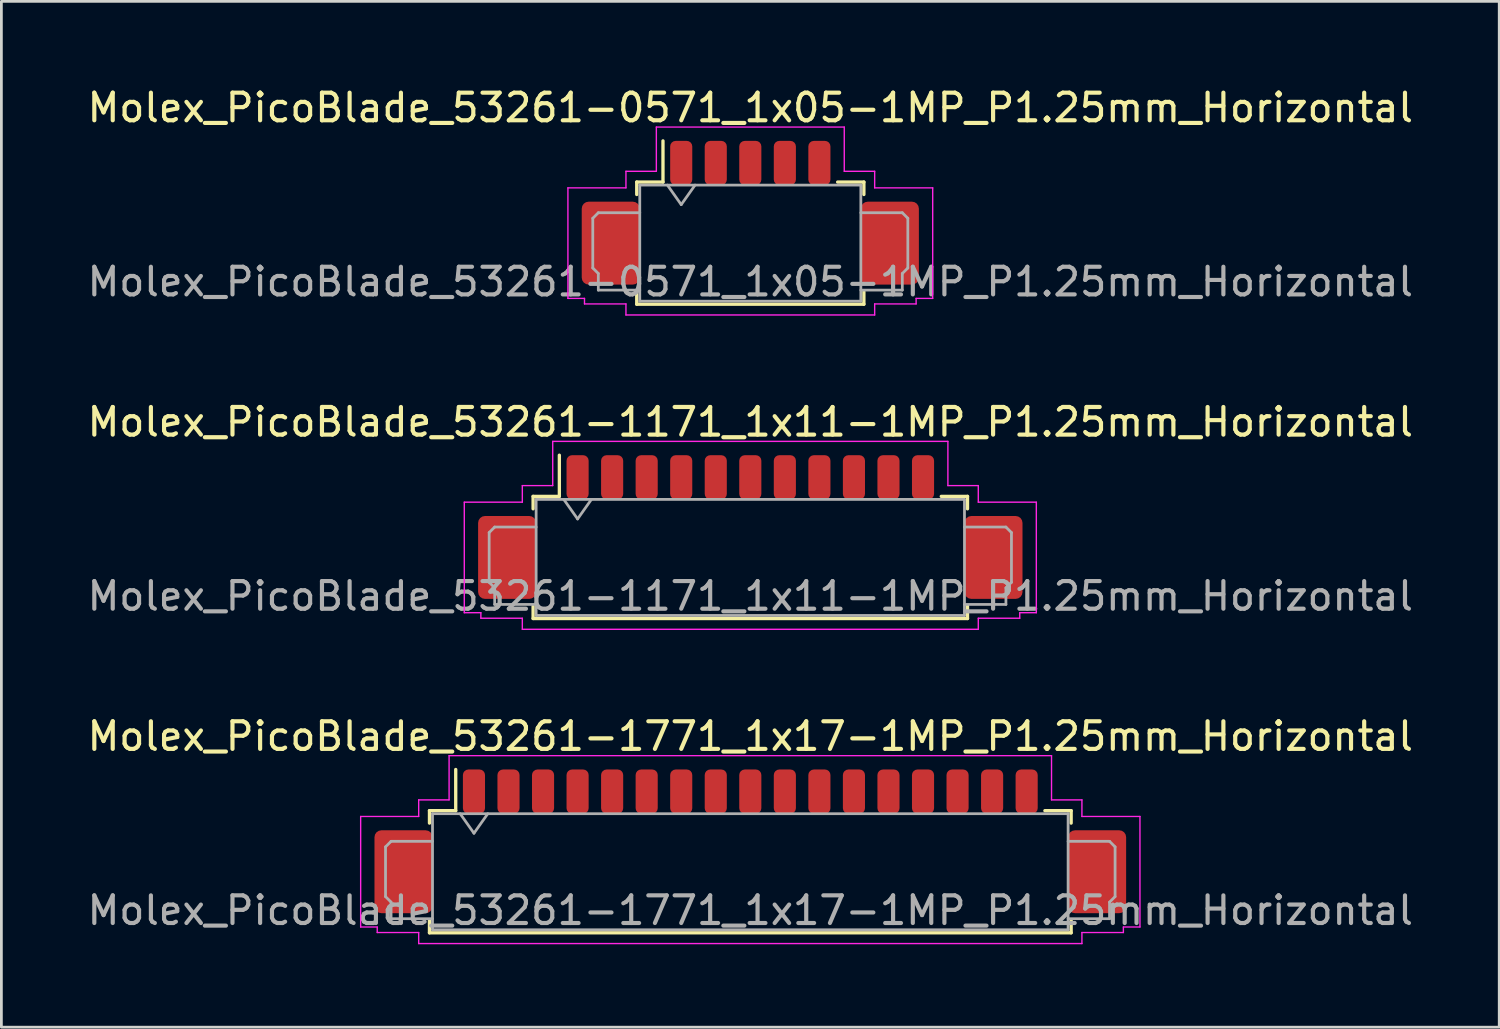
<source format=kicad_pcb>
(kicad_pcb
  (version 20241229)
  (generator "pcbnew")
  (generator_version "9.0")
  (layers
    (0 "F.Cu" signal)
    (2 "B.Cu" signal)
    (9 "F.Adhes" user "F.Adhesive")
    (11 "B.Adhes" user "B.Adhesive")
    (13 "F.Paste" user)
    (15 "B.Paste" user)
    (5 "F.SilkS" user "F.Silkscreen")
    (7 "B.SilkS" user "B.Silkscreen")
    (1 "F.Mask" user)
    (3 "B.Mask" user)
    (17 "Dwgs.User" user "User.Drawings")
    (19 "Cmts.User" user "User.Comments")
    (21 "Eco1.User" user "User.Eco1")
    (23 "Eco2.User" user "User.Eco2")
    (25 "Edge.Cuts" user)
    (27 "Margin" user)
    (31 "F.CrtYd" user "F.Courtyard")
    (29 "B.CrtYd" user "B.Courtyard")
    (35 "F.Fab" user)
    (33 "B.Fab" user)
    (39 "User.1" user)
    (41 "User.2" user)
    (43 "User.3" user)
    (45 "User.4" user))
  (footprint "Molex_PicoBlade_53261-1171_1x11-1MP_P1.25mm_Horizontal"
    (layer "F.Cu")
    (at 24.101 16.622)
    (property "Reference" "Molex_PicoBlade_53261-1171_1x11-1MP_P1.25mm_Horizontal" (at 0 -4.4 0) (layer "F.SilkS") (effects (font (size 1 1) (thickness 0.15))))
    (attr smd)
    (fp_line (start -7.86 -1.71) (end -6.91 -1.71) (stroke (width 0.12) (type solid)) (layer "F.SilkS"))
    (fp_line (start -7.86 -1.26) (end -7.86 -1.71) (stroke (width 0.12) (type solid)) (layer "F.SilkS"))
    (fp_line (start -7.86 2.26) (end -7.86 2.71) (stroke (width 0.12) (type solid)) (layer "F.SilkS"))
    (fp_line (start -7.86 2.71) (end 7.86 2.71) (stroke (width 0.12) (type solid)) (layer "F.SilkS"))
    (fp_line (start -6.91 -1.71) (end -6.91 -3.2) (stroke (width 0.12) (type solid)) (layer "F.SilkS"))
    (fp_line (start 7.86 -1.71) (end 6.91 -1.71) (stroke (width 0.12) (type solid)) (layer "F.SilkS"))
    (fp_line (start 7.86 -1.26) (end 7.86 -1.71) (stroke (width 0.12) (type solid)) (layer "F.SilkS"))
    (fp_line (start 7.86 2.71) (end 7.86 2.26) (stroke (width 0.12) (type solid)) (layer "F.SilkS"))
    (fp_line (start -10.35 -1.5) (end -8.25 -1.5) (stroke (width 0.05) (type solid)) (layer "F.CrtYd"))
    (fp_line (start -10.35 2.5) (end -10.35 -1.5) (stroke (width 0.05) (type solid)) (layer "F.CrtYd"))
    (fp_line (start -9.75 2.5) (end -10.35 2.5) (stroke (width 0.05) (type solid)) (layer "F.CrtYd"))
    (fp_line (start -9.75 2.7) (end -9.75 2.5) (stroke (width 0.05) (type solid)) (layer "F.CrtYd"))
    (fp_line (start -8.25 -2.1) (end -7.15 -2.1) (stroke (width 0.05) (type solid)) (layer "F.CrtYd"))
    (fp_line (start -8.25 -1.5) (end -8.25 -2.1) (stroke (width 0.05) (type solid)) (layer "F.CrtYd"))
    (fp_line (start -8.25 2.7) (end -9.75 2.7) (stroke (width 0.05) (type solid)) (layer "F.CrtYd"))
    (fp_line (start -8.25 3.1) (end -8.25 2.7) (stroke (width 0.05) (type solid)) (layer "F.CrtYd"))
    (fp_line (start -7.15 -3.7) (end 7.15 -3.7) (stroke (width 0.05) (type solid)) (layer "F.CrtYd"))
    (fp_line (start -7.15 -2.1) (end -7.15 -3.7) (stroke (width 0.05) (type solid)) (layer "F.CrtYd"))
    (fp_line (start 7.15 -3.7) (end 7.15 -2.1) (stroke (width 0.05) (type solid)) (layer "F.CrtYd"))
    (fp_line (start 7.15 -2.1) (end 8.25 -2.1) (stroke (width 0.05) (type solid)) (layer "F.CrtYd"))
    (fp_line (start 8.25 -2.1) (end 8.25 -1.5) (stroke (width 0.05) (type solid)) (layer "F.CrtYd"))
    (fp_line (start 8.25 -1.5) (end 10.35 -1.5) (stroke (width 0.05) (type solid)) (layer "F.CrtYd"))
    (fp_line (start 8.25 2.7) (end 8.25 3.1) (stroke (width 0.05) (type solid)) (layer "F.CrtYd"))
    (fp_line (start 8.25 3.1) (end -8.25 3.1) (stroke (width 0.05) (type solid)) (layer "F.CrtYd"))
    (fp_line (start 9.75 2.5) (end 9.75 2.7) (stroke (width 0.05) (type solid)) (layer "F.CrtYd"))
    (fp_line (start 9.75 2.7) (end 8.25 2.7) (stroke (width 0.05) (type solid)) (layer "F.CrtYd"))
    (fp_line (start 10.35 -1.5) (end 10.35 2.5) (stroke (width 0.05) (type solid)) (layer "F.CrtYd"))
    (fp_line (start 10.35 2.5) (end 9.75 2.5) (stroke (width 0.05) (type solid)) (layer "F.CrtYd"))
    (fp_line (start -9.45 -0.4) (end -9.45 1.4) (stroke (width 0.1) (type solid)) (layer "F.Fab"))
    (fp_line (start -9.45 1.4) (end -9.25 1.6) (stroke (width 0.1) (type solid)) (layer "F.Fab"))
    (fp_line (start -9.25 -0.6) (end -9.45 -0.4) (stroke (width 0.1) (type solid)) (layer "F.Fab"))
    (fp_line (start -9.25 1.6) (end -9.25 2.2) (stroke (width 0.1) (type solid)) (layer "F.Fab"))
    (fp_line (start -9.25 2.2) (end -7.75 2.2) (stroke (width 0.1) (type solid)) (layer "F.Fab"))
    (fp_line (start -7.75 -1.6) (end -7.75 2.6) (stroke (width 0.1) (type solid)) (layer "F.Fab"))
    (fp_line (start -7.75 -1.6) (end 7.75 -1.6) (stroke (width 0.1) (type solid)) (layer "F.Fab"))
    (fp_line (start -7.75 -0.6) (end -9.25 -0.6) (stroke (width 0.1) (type solid)) (layer "F.Fab"))
    (fp_line (start -7.75 2.6) (end 7.75 2.6) (stroke (width 0.1) (type solid)) (layer "F.Fab"))
    (fp_line (start -6.75 -1.6) (end -6.25 -0.893) (stroke (width 0.1) (type solid)) (layer "F.Fab"))
    (fp_line (start -6.25 -0.893) (end -5.75 -1.6) (stroke (width 0.1) (type solid)) (layer "F.Fab"))
    (fp_line (start 7.75 -1.6) (end 7.75 2.6) (stroke (width 0.1) (type solid)) (layer "F.Fab"))
    (fp_line (start 7.75 -0.6) (end 9.25 -0.6) (stroke (width 0.1) (type solid)) (layer "F.Fab"))
    (fp_line (start 9.25 -0.6) (end 9.45 -0.4) (stroke (width 0.1) (type solid)) (layer "F.Fab"))
    (fp_line (start 9.25 1.6) (end 9.25 2.2) (stroke (width 0.1) (type solid)) (layer "F.Fab"))
    (fp_line (start 9.25 2.2) (end 7.75 2.2) (stroke (width 0.1) (type solid)) (layer "F.Fab"))
    (fp_line (start 9.45 -0.4) (end 9.45 1.4) (stroke (width 0.1) (type solid)) (layer "F.Fab"))
    (fp_line (start 9.45 1.4) (end 9.25 1.6) (stroke (width 0.1) (type solid)) (layer "F.Fab"))
    (fp_text user "${REFERENCE}" (at 0 1.9 0) (layer "F.Fab") (effects (font (size 1 1) (thickness 0.15))))
    (pad "1" smd roundrect (at -6.25 -2.4) (size 0.8 1.6) (layers "F.Cu" "F.Mask" "F.Paste") (roundrect_rratio 0.25))
    (pad "2" smd roundrect (at -5 -2.4) (size 0.8 1.6) (layers "F.Cu" "F.Mask" "F.Paste") (roundrect_rratio 0.25))
    (pad "3" smd roundrect (at -3.75 -2.4) (size 0.8 1.6) (layers "F.Cu" "F.Mask" "F.Paste") (roundrect_rratio 0.25))
    (pad "4" smd roundrect (at -2.5 -2.4) (size 0.8 1.6) (layers "F.Cu" "F.Mask" "F.Paste") (roundrect_rratio 0.25))
    (pad "5" smd roundrect (at -1.25 -2.4) (size 0.8 1.6) (layers "F.Cu" "F.Mask" "F.Paste") (roundrect_rratio 0.25))
    (pad "6" smd roundrect (at 0 -2.4) (size 0.8 1.6) (layers "F.Cu" "F.Mask" "F.Paste") (roundrect_rratio 0.25))
    (pad "7" smd roundrect (at 1.25 -2.4) (size 0.8 1.6) (layers "F.Cu" "F.Mask" "F.Paste") (roundrect_rratio 0.25))
    (pad "8" smd roundrect (at 2.5 -2.4) (size 0.8 1.6) (layers "F.Cu" "F.Mask" "F.Paste") (roundrect_rratio 0.25))
    (pad "9" smd roundrect (at 3.75 -2.4) (size 0.8 1.6) (layers "F.Cu" "F.Mask" "F.Paste") (roundrect_rratio 0.25))
    (pad "10" smd roundrect (at 5 -2.4) (size 0.8 1.6) (layers "F.Cu" "F.Mask" "F.Paste") (roundrect_rratio 0.25))
    (pad "11" smd roundrect (at 6.25 -2.4) (size 0.8 1.6) (layers "F.Cu" "F.Mask" "F.Paste") (roundrect_rratio 0.25))
    (pad "MP" smd roundrect (at -8.8 0.5) (size 2.1 3) (layers "F.Cu" "F.Mask" "F.Paste") (roundrect_rratio 0.119))
    (pad "MP" smd roundrect (at 8.8 0.5) (size 2.1 3) (layers "F.Cu" "F.Mask" "F.Paste") (roundrect_rratio 0.119)))
  (footprint "Molex_PicoBlade_53261-1771_1x17-1MP_P1.25mm_Horizontal"
    (layer "F.Cu")
    (at 24.101 27.995)
    (property "Reference" "Molex_PicoBlade_53261-1771_1x17-1MP_P1.25mm_Horizontal" (at 0 -4.4 0) (layer "F.SilkS") (effects (font (size 1 1) (thickness 0.15))))
    (attr smd)
    (fp_line (start -11.61 -1.71) (end -10.66 -1.71) (stroke (width 0.12) (type solid)) (layer "F.SilkS"))
    (fp_line (start -11.61 -1.26) (end -11.61 -1.71) (stroke (width 0.12) (type solid)) (layer "F.SilkS"))
    (fp_line (start -11.61 2.26) (end -11.61 2.71) (stroke (width 0.12) (type solid)) (layer "F.SilkS"))
    (fp_line (start -11.61 2.71) (end 11.61 2.71) (stroke (width 0.12) (type solid)) (layer "F.SilkS"))
    (fp_line (start -10.66 -1.71) (end -10.66 -3.2) (stroke (width 0.12) (type solid)) (layer "F.SilkS"))
    (fp_line (start 11.61 -1.71) (end 10.66 -1.71) (stroke (width 0.12) (type solid)) (layer "F.SilkS"))
    (fp_line (start 11.61 -1.26) (end 11.61 -1.71) (stroke (width 0.12) (type solid)) (layer "F.SilkS"))
    (fp_line (start 11.61 2.71) (end 11.61 2.26) (stroke (width 0.12) (type solid)) (layer "F.SilkS"))
    (fp_line (start -14.1 -1.5) (end -12 -1.5) (stroke (width 0.05) (type solid)) (layer "F.CrtYd"))
    (fp_line (start -14.1 2.5) (end -14.1 -1.5) (stroke (width 0.05) (type solid)) (layer "F.CrtYd"))
    (fp_line (start -13.5 2.5) (end -14.1 2.5) (stroke (width 0.05) (type solid)) (layer "F.CrtYd"))
    (fp_line (start -13.5 2.7) (end -13.5 2.5) (stroke (width 0.05) (type solid)) (layer "F.CrtYd"))
    (fp_line (start -12 -2.1) (end -10.9 -2.1) (stroke (width 0.05) (type solid)) (layer "F.CrtYd"))
    (fp_line (start -12 -1.5) (end -12 -2.1) (stroke (width 0.05) (type solid)) (layer "F.CrtYd"))
    (fp_line (start -12 2.7) (end -13.5 2.7) (stroke (width 0.05) (type solid)) (layer "F.CrtYd"))
    (fp_line (start -12 3.1) (end -12 2.7) (stroke (width 0.05) (type solid)) (layer "F.CrtYd"))
    (fp_line (start -10.9 -3.7) (end 10.9 -3.7) (stroke (width 0.05) (type solid)) (layer "F.CrtYd"))
    (fp_line (start -10.9 -2.1) (end -10.9 -3.7) (stroke (width 0.05) (type solid)) (layer "F.CrtYd"))
    (fp_line (start 10.9 -3.7) (end 10.9 -2.1) (stroke (width 0.05) (type solid)) (layer "F.CrtYd"))
    (fp_line (start 10.9 -2.1) (end 12 -2.1) (stroke (width 0.05) (type solid)) (layer "F.CrtYd"))
    (fp_line (start 12 -2.1) (end 12 -1.5) (stroke (width 0.05) (type solid)) (layer "F.CrtYd"))
    (fp_line (start 12 -1.5) (end 14.1 -1.5) (stroke (width 0.05) (type solid)) (layer "F.CrtYd"))
    (fp_line (start 12 2.7) (end 12 3.1) (stroke (width 0.05) (type solid)) (layer "F.CrtYd"))
    (fp_line (start 12 3.1) (end -12 3.1) (stroke (width 0.05) (type solid)) (layer "F.CrtYd"))
    (fp_line (start 13.5 2.5) (end 13.5 2.7) (stroke (width 0.05) (type solid)) (layer "F.CrtYd"))
    (fp_line (start 13.5 2.7) (end 12 2.7) (stroke (width 0.05) (type solid)) (layer "F.CrtYd"))
    (fp_line (start 14.1 -1.5) (end 14.1 2.5) (stroke (width 0.05) (type solid)) (layer "F.CrtYd"))
    (fp_line (start 14.1 2.5) (end 13.5 2.5) (stroke (width 0.05) (type solid)) (layer "F.CrtYd"))
    (fp_line (start -13.2 -0.4) (end -13.2 1.4) (stroke (width 0.1) (type solid)) (layer "F.Fab"))
    (fp_line (start -13.2 1.4) (end -13 1.6) (stroke (width 0.1) (type solid)) (layer "F.Fab"))
    (fp_line (start -13 -0.6) (end -13.2 -0.4) (stroke (width 0.1) (type solid)) (layer "F.Fab"))
    (fp_line (start -13 1.6) (end -13 2.2) (stroke (width 0.1) (type solid)) (layer "F.Fab"))
    (fp_line (start -13 2.2) (end -11.5 2.2) (stroke (width 0.1) (type solid)) (layer "F.Fab"))
    (fp_line (start -11.5 -1.6) (end -11.5 2.6) (stroke (width 0.1) (type solid)) (layer "F.Fab"))
    (fp_line (start -11.5 -1.6) (end 11.5 -1.6) (stroke (width 0.1) (type solid)) (layer "F.Fab"))
    (fp_line (start -11.5 -0.6) (end -13 -0.6) (stroke (width 0.1) (type solid)) (layer "F.Fab"))
    (fp_line (start -11.5 2.6) (end 11.5 2.6) (stroke (width 0.1) (type solid)) (layer "F.Fab"))
    (fp_line (start -10.5 -1.6) (end -10 -0.893) (stroke (width 0.1) (type solid)) (layer "F.Fab"))
    (fp_line (start -10 -0.893) (end -9.5 -1.6) (stroke (width 0.1) (type solid)) (layer "F.Fab"))
    (fp_line (start 11.5 -1.6) (end 11.5 2.6) (stroke (width 0.1) (type solid)) (layer "F.Fab"))
    (fp_line (start 11.5 -0.6) (end 13 -0.6) (stroke (width 0.1) (type solid)) (layer "F.Fab"))
    (fp_line (start 13 -0.6) (end 13.2 -0.4) (stroke (width 0.1) (type solid)) (layer "F.Fab"))
    (fp_line (start 13 1.6) (end 13 2.2) (stroke (width 0.1) (type solid)) (layer "F.Fab"))
    (fp_line (start 13 2.2) (end 11.5 2.2) (stroke (width 0.1) (type solid)) (layer "F.Fab"))
    (fp_line (start 13.2 -0.4) (end 13.2 1.4) (stroke (width 0.1) (type solid)) (layer "F.Fab"))
    (fp_line (start 13.2 1.4) (end 13 1.6) (stroke (width 0.1) (type solid)) (layer "F.Fab"))
    (fp_text user "${REFERENCE}" (at 0 1.9 0) (layer "F.Fab") (effects (font (size 1 1) (thickness 0.15))))
    (pad "1" smd roundrect (at -10 -2.4) (size 0.8 1.6) (layers "F.Cu" "F.Mask" "F.Paste") (roundrect_rratio 0.25))
    (pad "2" smd roundrect (at -8.75 -2.4) (size 0.8 1.6) (layers "F.Cu" "F.Mask" "F.Paste") (roundrect_rratio 0.25))
    (pad "3" smd roundrect (at -7.5 -2.4) (size 0.8 1.6) (layers "F.Cu" "F.Mask" "F.Paste") (roundrect_rratio 0.25))
    (pad "4" smd roundrect (at -6.25 -2.4) (size 0.8 1.6) (layers "F.Cu" "F.Mask" "F.Paste") (roundrect_rratio 0.25))
    (pad "5" smd roundrect (at -5 -2.4) (size 0.8 1.6) (layers "F.Cu" "F.Mask" "F.Paste") (roundrect_rratio 0.25))
    (pad "6" smd roundrect (at -3.75 -2.4) (size 0.8 1.6) (layers "F.Cu" "F.Mask" "F.Paste") (roundrect_rratio 0.25))
    (pad "7" smd roundrect (at -2.5 -2.4) (size 0.8 1.6) (layers "F.Cu" "F.Mask" "F.Paste") (roundrect_rratio 0.25))
    (pad "8" smd roundrect (at -1.25 -2.4) (size 0.8 1.6) (layers "F.Cu" "F.Mask" "F.Paste") (roundrect_rratio 0.25))
    (pad "9" smd roundrect (at 0 -2.4) (size 0.8 1.6) (layers "F.Cu" "F.Mask" "F.Paste") (roundrect_rratio 0.25))
    (pad "10" smd roundrect (at 1.25 -2.4) (size 0.8 1.6) (layers "F.Cu" "F.Mask" "F.Paste") (roundrect_rratio 0.25))
    (pad "11" smd roundrect (at 2.5 -2.4) (size 0.8 1.6) (layers "F.Cu" "F.Mask" "F.Paste") (roundrect_rratio 0.25))
    (pad "12" smd roundrect (at 3.75 -2.4) (size 0.8 1.6) (layers "F.Cu" "F.Mask" "F.Paste") (roundrect_rratio 0.25))
    (pad "13" smd roundrect (at 5 -2.4) (size 0.8 1.6) (layers "F.Cu" "F.Mask" "F.Paste") (roundrect_rratio 0.25))
    (pad "14" smd roundrect (at 6.25 -2.4) (size 0.8 1.6) (layers "F.Cu" "F.Mask" "F.Paste") (roundrect_rratio 0.25))
    (pad "15" smd roundrect (at 7.5 -2.4) (size 0.8 1.6) (layers "F.Cu" "F.Mask" "F.Paste") (roundrect_rratio 0.25))
    (pad "16" smd roundrect (at 8.75 -2.4) (size 0.8 1.6) (layers "F.Cu" "F.Mask" "F.Paste") (roundrect_rratio 0.25))
    (pad "17" smd roundrect (at 10 -2.4) (size 0.8 1.6) (layers "F.Cu" "F.Mask" "F.Paste") (roundrect_rratio 0.25))
    (pad "MP" smd roundrect (at -12.55 0.5) (size 2.1 3) (layers "F.Cu" "F.Mask" "F.Paste") (roundrect_rratio 0.119))
    (pad "MP" smd roundrect (at 12.55 0.5) (size 2.1 3) (layers "F.Cu" "F.Mask" "F.Paste") (roundrect_rratio 0.119)))
  (footprint "Molex_PicoBlade_53261-0571_1x05-1MP_P1.25mm_Horizontal"
    (layer "F.Cu")
    (at 24.101 5.248)
    (property "Reference" "Molex_PicoBlade_53261-0571_1x05-1MP_P1.25mm_Horizontal" (at 0 -4.4 0) (layer "F.SilkS") (effects (font (size 1 1) (thickness 0.15))))
    (attr smd)
    (fp_line (start -4.11 -1.71) (end -3.16 -1.71) (stroke (width 0.12) (type solid)) (layer "F.SilkS"))
    (fp_line (start -4.11 -1.26) (end -4.11 -1.71) (stroke (width 0.12) (type solid)) (layer "F.SilkS"))
    (fp_line (start -4.11 2.26) (end -4.11 2.71) (stroke (width 0.12) (type solid)) (layer "F.SilkS"))
    (fp_line (start -4.11 2.71) (end 4.11 2.71) (stroke (width 0.12) (type solid)) (layer "F.SilkS"))
    (fp_line (start -3.16 -1.71) (end -3.16 -3.2) (stroke (width 0.12) (type solid)) (layer "F.SilkS"))
    (fp_line (start 4.11 -1.71) (end 3.16 -1.71) (stroke (width 0.12) (type solid)) (layer "F.SilkS"))
    (fp_line (start 4.11 -1.26) (end 4.11 -1.71) (stroke (width 0.12) (type solid)) (layer "F.SilkS"))
    (fp_line (start 4.11 2.71) (end 4.11 2.26) (stroke (width 0.12) (type solid)) (layer "F.SilkS"))
    (fp_line (start -6.6 -1.5) (end -4.5 -1.5) (stroke (width 0.05) (type solid)) (layer "F.CrtYd"))
    (fp_line (start -6.6 2.5) (end -6.6 -1.5) (stroke (width 0.05) (type solid)) (layer "F.CrtYd"))
    (fp_line (start -6 2.5) (end -6.6 2.5) (stroke (width 0.05) (type solid)) (layer "F.CrtYd"))
    (fp_line (start -6 2.7) (end -6 2.5) (stroke (width 0.05) (type solid)) (layer "F.CrtYd"))
    (fp_line (start -4.5 -2.1) (end -3.4 -2.1) (stroke (width 0.05) (type solid)) (layer "F.CrtYd"))
    (fp_line (start -4.5 -1.5) (end -4.5 -2.1) (stroke (width 0.05) (type solid)) (layer "F.CrtYd"))
    (fp_line (start -4.5 2.7) (end -6 2.7) (stroke (width 0.05) (type solid)) (layer "F.CrtYd"))
    (fp_line (start -4.5 3.1) (end -4.5 2.7) (stroke (width 0.05) (type solid)) (layer "F.CrtYd"))
    (fp_line (start -3.4 -3.7) (end 3.4 -3.7) (stroke (width 0.05) (type solid)) (layer "F.CrtYd"))
    (fp_line (start -3.4 -2.1) (end -3.4 -3.7) (stroke (width 0.05) (type solid)) (layer "F.CrtYd"))
    (fp_line (start 3.4 -3.7) (end 3.4 -2.1) (stroke (width 0.05) (type solid)) (layer "F.CrtYd"))
    (fp_line (start 3.4 -2.1) (end 4.5 -2.1) (stroke (width 0.05) (type solid)) (layer "F.CrtYd"))
    (fp_line (start 4.5 -2.1) (end 4.5 -1.5) (stroke (width 0.05) (type solid)) (layer "F.CrtYd"))
    (fp_line (start 4.5 -1.5) (end 6.6 -1.5) (stroke (width 0.05) (type solid)) (layer "F.CrtYd"))
    (fp_line (start 4.5 2.7) (end 4.5 3.1) (stroke (width 0.05) (type solid)) (layer "F.CrtYd"))
    (fp_line (start 4.5 3.1) (end -4.5 3.1) (stroke (width 0.05) (type solid)) (layer "F.CrtYd"))
    (fp_line (start 6 2.5) (end 6 2.7) (stroke (width 0.05) (type solid)) (layer "F.CrtYd"))
    (fp_line (start 6 2.7) (end 4.5 2.7) (stroke (width 0.05) (type solid)) (layer "F.CrtYd"))
    (fp_line (start 6.6 -1.5) (end 6.6 2.5) (stroke (width 0.05) (type solid)) (layer "F.CrtYd"))
    (fp_line (start 6.6 2.5) (end 6 2.5) (stroke (width 0.05) (type solid)) (layer "F.CrtYd"))
    (fp_line (start -5.7 -0.4) (end -5.7 1.4) (stroke (width 0.1) (type solid)) (layer "F.Fab"))
    (fp_line (start -5.7 1.4) (end -5.5 1.6) (stroke (width 0.1) (type solid)) (layer "F.Fab"))
    (fp_line (start -5.5 -0.6) (end -5.7 -0.4) (stroke (width 0.1) (type solid)) (layer "F.Fab"))
    (fp_line (start -5.5 1.6) (end -5.5 2.2) (stroke (width 0.1) (type solid)) (layer "F.Fab"))
    (fp_line (start -5.5 2.2) (end -4 2.2) (stroke (width 0.1) (type solid)) (layer "F.Fab"))
    (fp_line (start -4 -1.6) (end -4 2.6) (stroke (width 0.1) (type solid)) (layer "F.Fab"))
    (fp_line (start -4 -1.6) (end 4 -1.6) (stroke (width 0.1) (type solid)) (layer "F.Fab"))
    (fp_line (start -4 -0.6) (end -5.5 -0.6) (stroke (width 0.1) (type solid)) (layer "F.Fab"))
    (fp_line (start -4 2.6) (end 4 2.6) (stroke (width 0.1) (type solid)) (layer "F.Fab"))
    (fp_line (start -3 -1.6) (end -2.5 -0.893) (stroke (width 0.1) (type solid)) (layer "F.Fab"))
    (fp_line (start -2.5 -0.893) (end -2 -1.6) (stroke (width 0.1) (type solid)) (layer "F.Fab"))
    (fp_line (start 4 -1.6) (end 4 2.6) (stroke (width 0.1) (type solid)) (layer "F.Fab"))
    (fp_line (start 4 -0.6) (end 5.5 -0.6) (stroke (width 0.1) (type solid)) (layer "F.Fab"))
    (fp_line (start 5.5 -0.6) (end 5.7 -0.4) (stroke (width 0.1) (type solid)) (layer "F.Fab"))
    (fp_line (start 5.5 1.6) (end 5.5 2.2) (stroke (width 0.1) (type solid)) (layer "F.Fab"))
    (fp_line (start 5.5 2.2) (end 4 2.2) (stroke (width 0.1) (type solid)) (layer "F.Fab"))
    (fp_line (start 5.7 -0.4) (end 5.7 1.4) (stroke (width 0.1) (type solid)) (layer "F.Fab"))
    (fp_line (start 5.7 1.4) (end 5.5 1.6) (stroke (width 0.1) (type solid)) (layer "F.Fab"))
    (fp_text user "${REFERENCE}" (at 0 1.9 0) (layer "F.Fab") (effects (font (size 1 1) (thickness 0.15))))
    (pad "1" smd roundrect (at -2.5 -2.4) (size 0.8 1.6) (layers "F.Cu" "F.Mask" "F.Paste") (roundrect_rratio 0.25))
    (pad "2" smd roundrect (at -1.25 -2.4) (size 0.8 1.6) (layers "F.Cu" "F.Mask" "F.Paste") (roundrect_rratio 0.25))
    (pad "3" smd roundrect (at 0 -2.4) (size 0.8 1.6) (layers "F.Cu" "F.Mask" "F.Paste") (roundrect_rratio 0.25))
    (pad "4" smd roundrect (at 1.25 -2.4) (size 0.8 1.6) (layers "F.Cu" "F.Mask" "F.Paste") (roundrect_rratio 0.25))
    (pad "5" smd roundrect (at 2.5 -2.4) (size 0.8 1.6) (layers "F.Cu" "F.Mask" "F.Paste") (roundrect_rratio 0.25))
    (pad "MP" smd roundrect (at -5.05 0.5) (size 2.1 3) (layers "F.Cu" "F.Mask" "F.Paste") (roundrect_rratio 0.119))
    (pad "MP" smd roundrect (at 5.05 0.5) (size 2.1 3) (layers "F.Cu" "F.Mask" "F.Paste") (roundrect_rratio 0.119)))
  (gr_rect
    (start -3 -3)
    (end 51.202 34.12)
    (stroke (width 0.1) (type default))
    (fill no)
    (layer "Edge.Cuts")))
</source>
